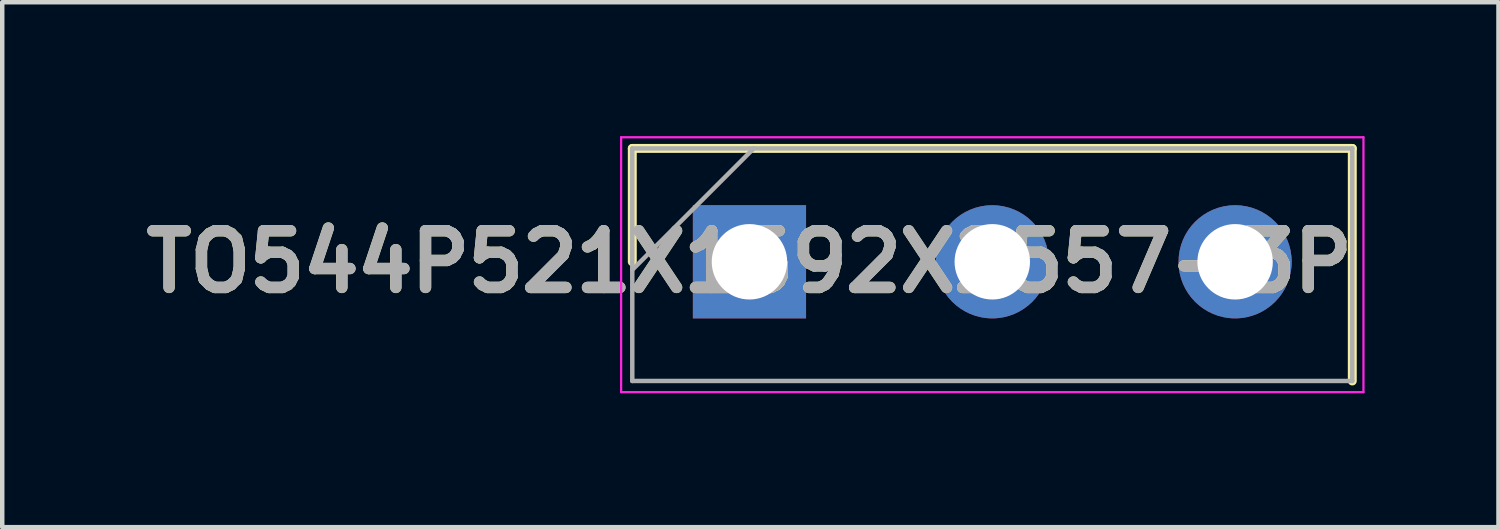
<source format=kicad_pcb>
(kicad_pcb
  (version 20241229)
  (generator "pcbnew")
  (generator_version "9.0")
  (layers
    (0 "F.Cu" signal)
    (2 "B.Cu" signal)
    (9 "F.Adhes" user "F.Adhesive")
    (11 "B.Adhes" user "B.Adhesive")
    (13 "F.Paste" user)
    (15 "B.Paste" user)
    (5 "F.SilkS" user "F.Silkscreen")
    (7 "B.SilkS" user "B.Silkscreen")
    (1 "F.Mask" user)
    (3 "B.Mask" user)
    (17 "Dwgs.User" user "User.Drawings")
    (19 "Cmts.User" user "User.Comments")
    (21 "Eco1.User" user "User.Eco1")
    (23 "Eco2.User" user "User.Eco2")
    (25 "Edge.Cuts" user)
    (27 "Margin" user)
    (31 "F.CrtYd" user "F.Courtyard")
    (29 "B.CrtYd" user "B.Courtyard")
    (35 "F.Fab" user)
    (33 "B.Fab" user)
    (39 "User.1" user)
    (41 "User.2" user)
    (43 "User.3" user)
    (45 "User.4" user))
  (footprint "TO544P521X1592X2557-3P"
    (layer "F.Cu")
    (at 13.74 2.815)
    (property "Reference" "TO544P521X1592X2557-3P" (at 0 0 0) (layer "F.SilkS") (effects (font (size 1.27 1.27) (thickness 0.254))))
    (attr through_hole)
    (fp_line (start -2.625 -2.54) (end -2.625 0) (stroke (width 0.2) (type solid)) (layer "F.SilkS"))
    (fp_line (start 13.505 -2.54) (end -2.625 -2.54) (stroke (width 0.2) (type solid)) (layer "F.SilkS"))
    (fp_line (start 13.505 2.67) (end 13.505 -2.54) (stroke (width 0.2) (type solid)) (layer "F.SilkS"))
    (fp_line (start -2.875 -2.79) (end 13.755 -2.79) (stroke (width 0.05) (type solid)) (layer "F.CrtYd"))
    (fp_line (start -2.875 2.92) (end -2.875 -2.79) (stroke (width 0.05) (type solid)) (layer "F.CrtYd"))
    (fp_line (start 13.755 -2.79) (end 13.755 2.92) (stroke (width 0.05) (type solid)) (layer "F.CrtYd"))
    (fp_line (start 13.755 2.92) (end -2.875 2.92) (stroke (width 0.05) (type solid)) (layer "F.CrtYd"))
    (fp_line (start -2.625 -2.54) (end 13.505 -2.54) (stroke (width 0.1) (type solid)) (layer "F.Fab"))
    (fp_line (start -2.625 0.18) (end 0.095 -2.54) (stroke (width 0.1) (type solid)) (layer "F.Fab"))
    (fp_line (start -2.625 2.67) (end -2.625 -2.54) (stroke (width 0.1) (type solid)) (layer "F.Fab"))
    (fp_line (start 13.505 -2.54) (end 13.505 2.67) (stroke (width 0.1) (type solid)) (layer "F.Fab"))
    (fp_line (start 13.505 2.67) (end -2.625 2.67) (stroke (width 0.1) (type solid)) (layer "F.Fab"))
    (fp_text user "${REFERENCE}" (at 0 0 0) (layer "F.Fab") (effects (font (size 1.27 1.27) (thickness 0.254))))
    (pad "1" thru_hole rect (at 0 0) (size 2.535 2.535) (drill 1.69) (layers "*.Cu" "*.Mask"))
    (pad "2" thru_hole circle (at 5.44 0) (size 2.535 2.535) (drill 1.69) (layers "*.Cu" "*.Mask"))
    (pad "3" thru_hole circle (at 10.88 0) (size 2.535 2.535) (drill 1.69) (layers "*.Cu" "*.Mask")))
  (gr_rect
    (start -3 -3)
    (end 30.52 8.76)
    (stroke (width 0.1) (type default))
    (fill no)
    (layer "Edge.Cuts")))
</source>
